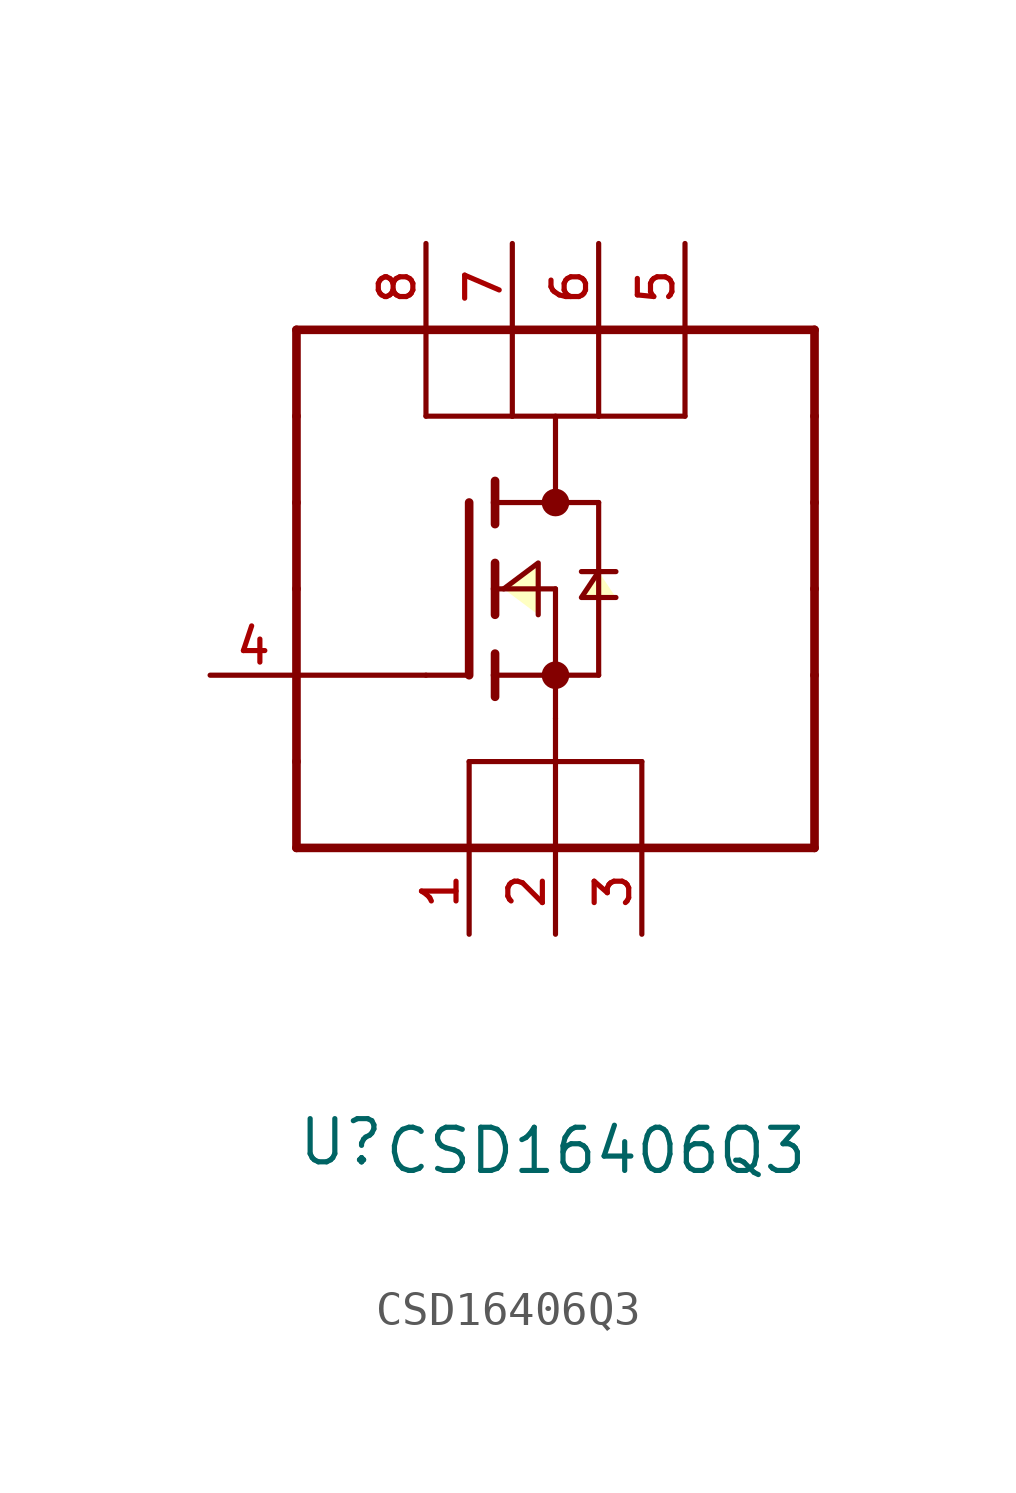
<source format=kicad_sym>
(kicad_symbol_lib
  (version 20211014)
  (generator kicad_symbol_editor)
  (symbol "CSD16406Q3"
    (pin_names
      (offset 1.016) hide)
    (property "Reference" "U"
      (at -7.62 -11.938 0)
      (effects (font (size 1.27 1.27)) (justify left bottom)))
    (property "Value" "CSD16406Q3"
      (at -5.08 -12.192 0)
      (effects (font (size 1.27 1.27)) (justify left bottom)))
    (property "ki_locked" ""
      (at 0 0 0)
      (effects (font (size 1.27 1.27))))
    (symbol "CSD16406Q3_0_0"
      (polyline (pts (xy -7.62 -2.54) (xy -7.62 0)) (stroke (width 0.254) (type default) (color 0 0 0 0)) (fill (type none)))
      (polyline (pts (xy -7.62 0) (xy -7.62 5.08)) (stroke (width 0.254) (type default) (color 0 0 0 0)) (fill (type none)))
      (polyline (pts (xy -7.62 2.54) (xy -3.81 2.54)) (stroke (width 0.152) (type default) (color 0 0 0 0)) (fill (type none)))
      (polyline (pts (xy -7.62 5.08) (xy -7.62 7.62)) (stroke (width 0.254) (type default) (color 0 0 0 0)) (fill (type none)))
      (polyline (pts (xy -7.62 7.62) (xy -7.62 10.16)) (stroke (width 0.254) (type default) (color 0 0 0 0)) (fill (type none)))
      (polyline (pts (xy -7.62 10.16) (xy -7.62 12.7)) (stroke (width 0.254) (type default) (color 0 0 0 0)) (fill (type none)))
      (polyline (pts (xy -7.62 12.7) (xy 7.62 12.7)) (stroke (width 0.254) (type default) (color 0 0 0 0)) (fill (type none)))
      (polyline (pts (xy -3.81 2.54) (xy -2.54 2.54)) (stroke (width 0.152) (type default) (color 0 0 0 0)) (fill (type none)))
      (polyline (pts (xy -3.81 10.16) (xy -3.81 12.7)) (stroke (width 0.152) (type default) (color 0 0 0 0)) (fill (type none)))
      (polyline (pts (xy -2.54 -2.54) (xy -2.54 0)) (stroke (width 0.152) (type default) (color 0 0 0 0)) (fill (type none)))
      (polyline (pts (xy -2.54 0) (xy 0 0)) (stroke (width 0.152) (type default) (color 0 0 0 0)) (fill (type none)))
      (polyline (pts (xy -2.54 7.62) (xy -2.54 2.54)) (stroke (width 0.254) (type default) (color 0 0 0 0)) (fill (type none)))
      (polyline (pts (xy -1.778 2.54) (xy -1.778 1.905)) (stroke (width 0.254) (type default) (color 0 0 0 0)) (fill (type none)))
      (polyline (pts (xy -1.778 3.175) (xy -1.778 2.54)) (stroke (width 0.254) (type default) (color 0 0 0 0)) (fill (type none)))
      (polyline (pts (xy -1.778 5.08) (xy -1.778 4.318)) (stroke (width 0.254) (type default) (color 0 0 0 0)) (fill (type none)))
      (polyline (pts (xy -1.778 5.08) (xy 0 5.08)) (stroke (width 0.152) (type default) (color 0 0 0 0)) (fill (type none)))
      (polyline (pts (xy -1.778 5.842) (xy -1.778 5.08)) (stroke (width 0.254) (type default) (color 0 0 0 0)) (fill (type none)))
      (polyline (pts (xy -1.778 7.62) (xy -1.778 6.985)) (stroke (width 0.254) (type default) (color 0 0 0 0)) (fill (type none)))
      (polyline (pts (xy -1.778 7.62) (xy 0 7.62)) (stroke (width 0.152) (type default) (color 0 0 0 0)) (fill (type none)))
      (polyline (pts (xy -1.778 8.255) (xy -1.778 7.62)) (stroke (width 0.254) (type default) (color 0 0 0 0)) (fill (type none)))
      (polyline (pts (xy -1.27 10.16) (xy -3.81 10.16)) (stroke (width 0.152) (type default) (color 0 0 0 0)) (fill (type none)))
      (polyline (pts (xy -1.27 10.16) (xy -1.27 12.7)) (stroke (width 0.152) (type default) (color 0 0 0 0)) (fill (type none)))
      (polyline (pts (xy 0 -2.54) (xy 0 0)) (stroke (width 0.152) (type default) (color 0 0 0 0)) (fill (type none)))
      (polyline (pts (xy 0 0) (xy 2.54 0)) (stroke (width 0.152) (type default) (color 0 0 0 0)) (fill (type none)))
      (polyline (pts (xy 0 1.27) (xy 0 2.54)) (stroke (width 0.152) (type default) (color 0 0 0 0)) (fill (type none)))
      (polyline (pts (xy 0 2.54) (xy -1.778 2.54)) (stroke (width 0.152) (type default) (color 0 0 0 0)) (fill (type none)))
      (polyline (pts (xy 0 2.54) (xy 1.27 2.54)) (stroke (width 0.152) (type default) (color 0 0 0 0)) (fill (type none)))
      (polyline (pts (xy 0 5.08) (xy 0 2.54)) (stroke (width 0.152) (type default) (color 0 0 0 0)) (fill (type none)))
      (polyline (pts (xy 0 7.62) (xy 1.27 7.62)) (stroke (width 0.152) (type default) (color 0 0 0 0)) (fill (type none)))
      (polyline (pts (xy 0 10.16) (xy 0 7.62)) (stroke (width 0.152) (type default) (color 0 0 0 0)) (fill (type none)))
      (polyline (pts (xy 1.27 5.588) (xy 0.762 5.588)) (stroke (width 0.152) (type default) (color 0 0 0 0)) (fill (type none)))
      (polyline (pts (xy 1.27 5.588) (xy 1.27 2.54)) (stroke (width 0.152) (type default) (color 0 0 0 0)) (fill (type none)))
      (polyline (pts (xy 1.27 7.62) (xy 1.27 5.588)) (stroke (width 0.152) (type default) (color 0 0 0 0)) (fill (type none)))
      (polyline (pts (xy 1.27 10.16) (xy -1.27 10.16)) (stroke (width 0.152) (type default) (color 0 0 0 0)) (fill (type none)))
      (polyline (pts (xy 1.27 10.16) (xy 1.27 12.7)) (stroke (width 0.152) (type default) (color 0 0 0 0)) (fill (type none)))
      (polyline (pts (xy 1.778 5.588) (xy 1.27 5.588)) (stroke (width 0.152) (type default) (color 0 0 0 0)) (fill (type none)))
      (polyline (pts (xy 2.54 0) (xy 2.54 -2.54)) (stroke (width 0.152) (type default) (color 0 0 0 0)) (fill (type none)))
      (polyline (pts (xy 3.81 10.16) (xy 1.27 10.16)) (stroke (width 0.152) (type default) (color 0 0 0 0)) (fill (type none)))
      (polyline (pts (xy 3.81 10.16) (xy 3.81 12.7)) (stroke (width 0.152) (type default) (color 0 0 0 0)) (fill (type none)))
      (polyline (pts (xy 7.62 -2.54) (xy -7.62 -2.54)) (stroke (width 0.254) (type default) (color 0 0 0 0)) (fill (type none)))
      (polyline (pts (xy 7.62 2.54) (xy 7.62 -2.54)) (stroke (width 0.254) (type default) (color 0 0 0 0)) (fill (type none)))
      (polyline (pts (xy 7.62 5.08) (xy 7.62 2.54)) (stroke (width 0.254) (type default) (color 0 0 0 0)) (fill (type none)))
      (polyline (pts (xy 7.62 7.62) (xy 7.62 5.08)) (stroke (width 0.254) (type default) (color 0 0 0 0)) (fill (type none)))
      (polyline (pts (xy 7.62 10.16) (xy 7.62 7.62)) (stroke (width 0.254) (type default) (color 0 0 0 0)) (fill (type none)))
      (polyline (pts (xy 7.62 12.7) (xy 7.62 10.16)) (stroke (width 0.254) (type default) (color 0 0 0 0)) (fill (type none)))
      (polyline (pts (xy -1.524 5.08) (xy -0.508 5.842) (xy -0.508 4.318)) (stroke (width 0.152) (type default) (color 0 0 0 0)) (fill (type background)))
      (polyline (pts (xy 1.27 5.588) (xy 0.762 4.826) (xy 1.778 4.826)) (stroke (width 0.152) (type default) (color 0 0 0 0)) (fill (type background)))
      (circle (center 0 2.54) (radius 0.203) (stroke (width 0.406) (type default) (color 0 0 0 0)) (fill (type none)))
      (circle (center 0 7.62) (radius 0.203) (stroke (width 0.406) (type default) (color 0 0 0 0)) (fill (type none)))
      (pin bidirectional line (at -2.54 -5.08 90) (length 2.54) (name "~" (effects (font (size 1.016 1.016)))) (number "1" (effects (font (size 1.016 1.016)))))
      (pin bidirectional line (at 0 -5.08 90) (length 2.54) (name "~" (effects (font (size 1.016 1.016)))) (number "2" (effects (font (size 1.016 1.016)))))
      (pin bidirectional line (at 2.54 -5.08 90) (length 2.54) (name "~" (effects (font (size 1.016 1.016)))) (number "3" (effects (font (size 1.016 1.016)))))
      (pin passive line (at -10.16 2.54 0) (length 2.54) (name "~" (effects (font (size 1.016 1.016)))) (number "4" (effects (font (size 1.016 1.016)))))
      (pin bidirectional line (at 3.81 15.24 270) (length 2.54) (name "~" (effects (font (size 1.016 1.016)))) (number "5" (effects (font (size 1.016 1.016)))))
      (pin bidirectional line (at 1.27 15.24 270) (length 2.54) (name "~" (effects (font (size 1.016 1.016)))) (number "6" (effects (font (size 1.016 1.016)))))
      (pin bidirectional line (at -1.27 15.24 270) (length 2.54) (name "~" (effects (font (size 1.016 1.016)))) (number "7" (effects (font (size 1.016 1.016)))))
      (pin bidirectional line (at -3.81 15.24 270) (length 2.54) (name "~" (effects (font (size 1.016 1.016)))) (number "8" (effects (font (size 1.016 1.016))))))
    (symbol "CSD16406Q3_1_1"
      (polyline (pts (xy 0 1.27) (xy 0 0)) (stroke (width 0) (type default) (color 0 0 0 0)) (fill (type none))))))
</source>
